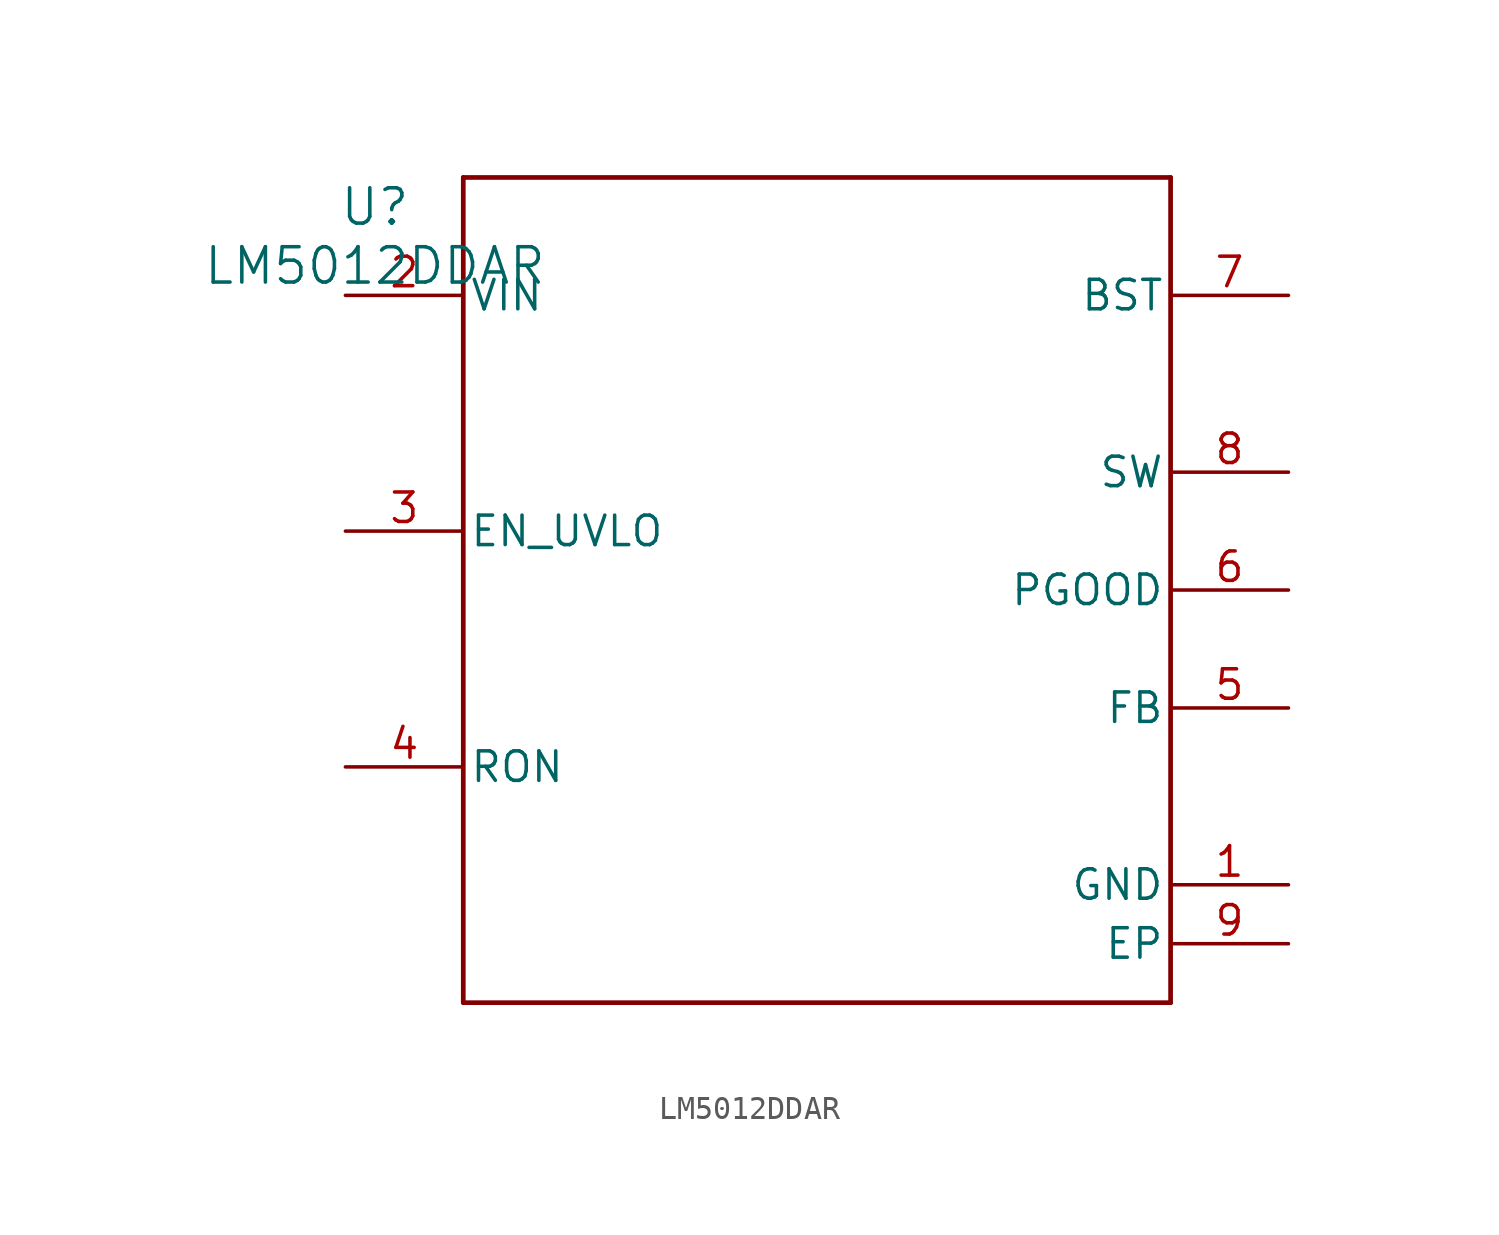
<source format=kicad_sym>
(kicad_symbol_lib
  (version 20211014)
  (generator kicad_symbol_editor)
  (symbol "LM5012DDAR"
    (pin_names
      (offset 0.254))
    (property "Reference" "U"
      (at 0 2.54 0)
      (effects (font (size 1.524 1.524))))
    (property "Value" "LM5012DDAR"
      (at 0 0 0)
      (effects (font (size 1.524 1.524))))
    (symbol "LM5012DDAR_0_1"
      (polyline (pts (xy 3.81 -31.75) (xy 34.29 -31.75)) (stroke (width 0.203) (type default) (color 0 0 0 0)) (fill (type none)))
      (polyline (pts (xy 34.29 -31.75) (xy 34.29 3.81)) (stroke (width 0.203) (type default) (color 0 0 0 0)) (fill (type none)))
      (polyline (pts (xy 34.29 3.81) (xy 3.81 3.81)) (stroke (width 0.203) (type default) (color 0 0 0 0)) (fill (type none)))
      (polyline (pts (xy 3.81 3.81) (xy 3.81 -31.75)) (stroke (width 0.203) (type default) (color 0 0 0 0)) (fill (type none)))
      (pin power_in line (at 39.37 -26.67 180) (length 5.08) (name "GND" (effects (font (size 1.27 1.27)))) (number "1" (effects (font (size 1.27 1.27)))))
      (pin power_in line (at -1.27 -1.27 0) (length 5.08) (name "VIN" (effects (font (size 1.27 1.27)))) (number "2" (effects (font (size 1.27 1.27)))))
      (pin input line (at -1.27 -11.43 0) (length 5.08) (name "EN_UVLO" (effects (font (size 1.27 1.27)))) (number "3" (effects (font (size 1.27 1.27)))))
      (pin unspecified line (at -1.27 -21.59 0) (length 5.08) (name "RON" (effects (font (size 1.27 1.27)))) (number "4" (effects (font (size 1.27 1.27)))))
      (pin unspecified line (at 39.37 -19.05 180) (length 5.08) (name "FB" (effects (font (size 1.27 1.27)))) (number "5" (effects (font (size 1.27 1.27)))))
      (pin open_collector line (at 39.37 -13.97 180) (length 5.08) (name "PGOOD" (effects (font (size 1.27 1.27)))) (number "6" (effects (font (size 1.27 1.27)))))
      (pin unspecified line (at 39.37 -1.27 180) (length 5.08) (name "BST" (effects (font (size 1.27 1.27)))) (number "7" (effects (font (size 1.27 1.27)))))
      (pin unspecified line (at 39.37 -8.89 180) (length 5.08) (name "SW" (effects (font (size 1.27 1.27)))) (number "8" (effects (font (size 1.27 1.27)))))
      (pin unspecified line (at 39.37 -29.21 180) (length 5.08) (name "EP" (effects (font (size 1.27 1.27)))) (number "9" (effects (font (size 1.27 1.27))))))))
</source>
